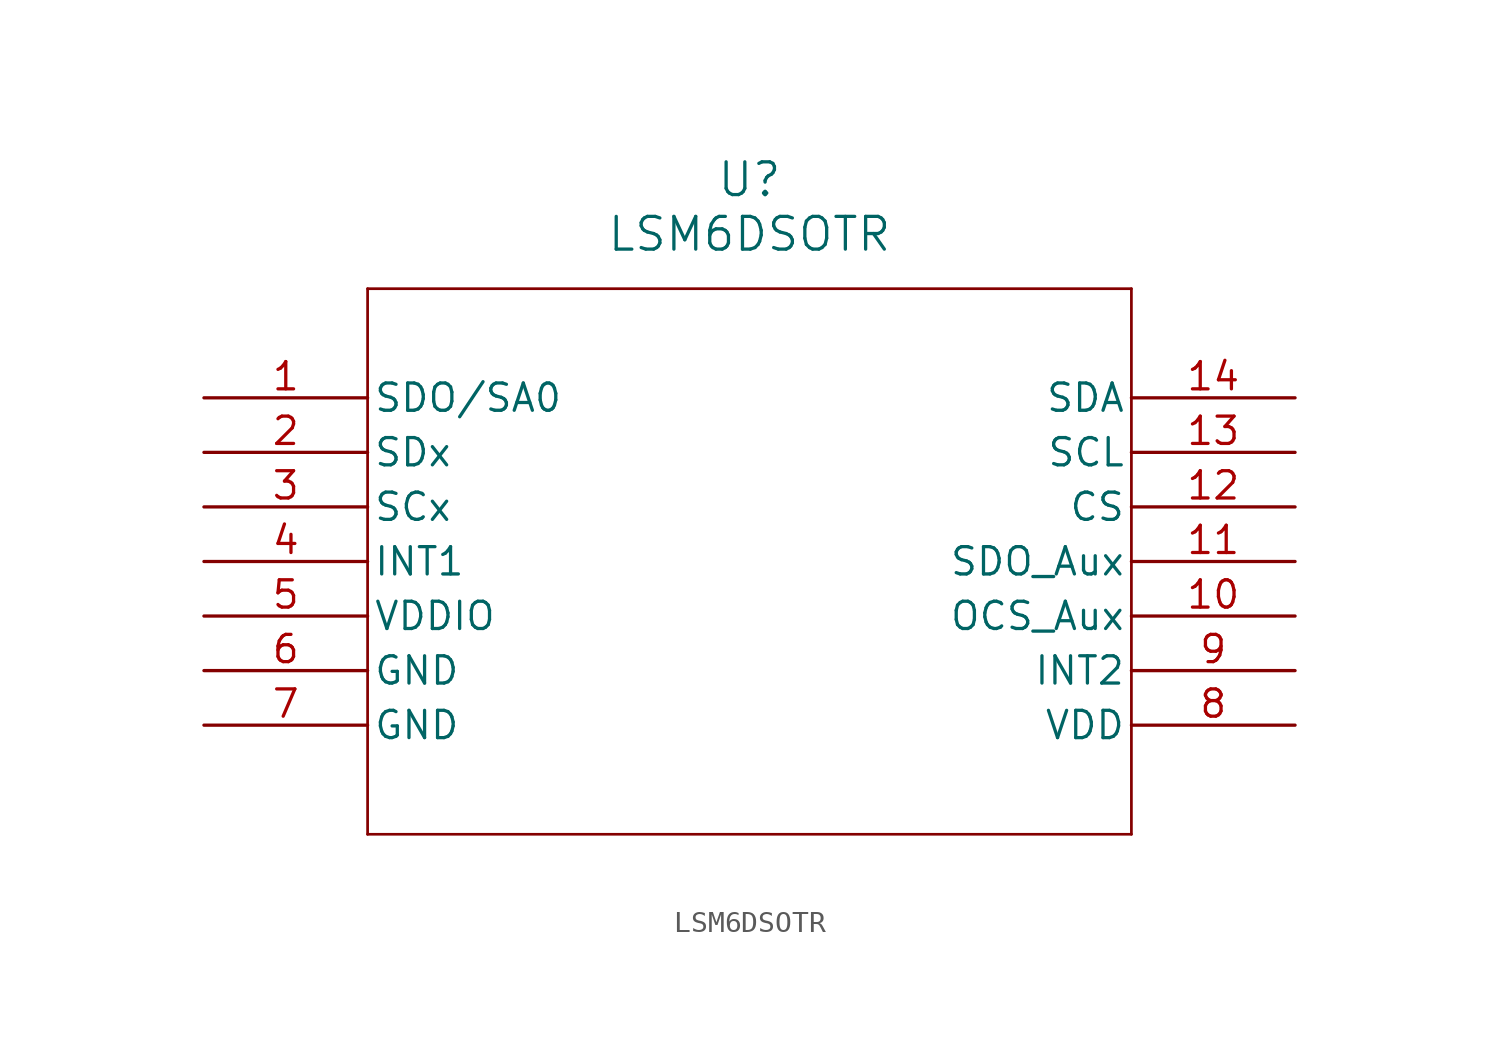
<source format=kicad_sym>
(kicad_symbol_lib
  (version 20211014)
  (generator kicad_symbol_editor)
  (symbol "LSM6DSOTR"
    (pin_names
      (offset 0.254))
    (property "Reference" "U"
      (at 25.4 10.16 0)
      (effects (font (size 1.524 1.524))))
    (property "Value" "LSM6DSOTR"
      (at 25.4 7.62 0)
      (effects (font (size 1.524 1.524))))
    (symbol "LSM6DSOTR_0_1"
      (polyline (pts (xy 7.62 5.08) (xy 7.62 -20.32)) (stroke (width 0.127) (type default) (color 0 0 0 0)) (fill (type none)))
      (polyline (pts (xy 7.62 -20.32) (xy 43.18 -20.32)) (stroke (width 0.127) (type default) (color 0 0 0 0)) (fill (type none)))
      (polyline (pts (xy 43.18 -20.32) (xy 43.18 5.08)) (stroke (width 0.127) (type default) (color 0 0 0 0)) (fill (type none)))
      (polyline (pts (xy 43.18 5.08) (xy 7.62 5.08)) (stroke (width 0.127) (type default) (color 0 0 0 0)) (fill (type none)))
      (pin bidirectional line (at 0 0 0) (length 7.62) (name "SDO/SA0" (effects (font (size 1.27 1.27)))) (number "1" (effects (font (size 1.27 1.27)))))
      (pin bidirectional line (at 0 -2.54 0) (length 7.62) (name "SDx" (effects (font (size 1.27 1.27)))) (number "2" (effects (font (size 1.27 1.27)))))
      (pin bidirectional line (at 0 -5.08 0) (length 7.62) (name "SCx" (effects (font (size 1.27 1.27)))) (number "3" (effects (font (size 1.27 1.27)))))
      (pin output line (at 0 -7.62 0) (length 7.62) (name "INT1" (effects (font (size 1.27 1.27)))) (number "4" (effects (font (size 1.27 1.27)))))
      (pin power_in line (at 0 -10.16 0) (length 7.62) (name "VDDIO" (effects (font (size 1.27 1.27)))) (number "5" (effects (font (size 1.27 1.27)))))
      (pin power_out line (at 0 -12.7 0) (length 7.62) (name "GND" (effects (font (size 1.27 1.27)))) (number "6" (effects (font (size 1.27 1.27)))))
      (pin power_out line (at 0 -15.24 0) (length 7.62) (name "GND" (effects (font (size 1.27 1.27)))) (number "7" (effects (font (size 1.27 1.27)))))
      (pin power_in line (at 50.8 -15.24 180) (length 7.62) (name "VDD" (effects (font (size 1.27 1.27)))) (number "8" (effects (font (size 1.27 1.27)))))
      (pin output line (at 50.8 -12.7 180) (length 7.62) (name "INT2" (effects (font (size 1.27 1.27)))) (number "9" (effects (font (size 1.27 1.27)))))
      (pin bidirectional line (at 50.8 -10.16 180) (length 7.62) (name "OCS_Aux" (effects (font (size 1.27 1.27)))) (number "10" (effects (font (size 1.27 1.27)))))
      (pin bidirectional line (at 50.8 -7.62 180) (length 7.62) (name "SDO_Aux" (effects (font (size 1.27 1.27)))) (number "11" (effects (font (size 1.27 1.27)))))
      (pin input line (at 50.8 -5.08 180) (length 7.62) (name "CS" (effects (font (size 1.27 1.27)))) (number "12" (effects (font (size 1.27 1.27)))))
      (pin input line (at 50.8 -2.54 180) (length 7.62) (name "SCL" (effects (font (size 1.27 1.27)))) (number "13" (effects (font (size 1.27 1.27)))))
      (pin bidirectional line (at 50.8 0 180) (length 7.62) (name "SDA" (effects (font (size 1.27 1.27)))) (number "14" (effects (font (size 1.27 1.27))))))))
</source>
